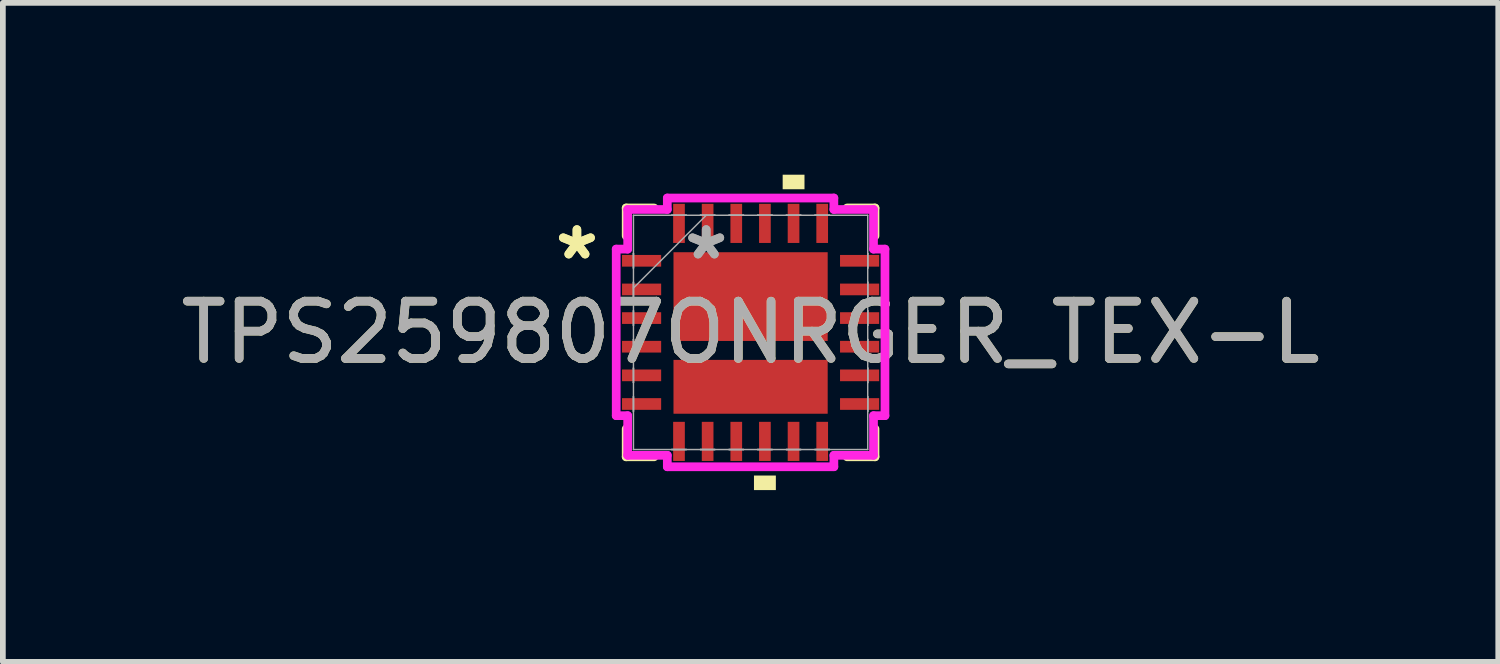
<source format=kicad_pcb>
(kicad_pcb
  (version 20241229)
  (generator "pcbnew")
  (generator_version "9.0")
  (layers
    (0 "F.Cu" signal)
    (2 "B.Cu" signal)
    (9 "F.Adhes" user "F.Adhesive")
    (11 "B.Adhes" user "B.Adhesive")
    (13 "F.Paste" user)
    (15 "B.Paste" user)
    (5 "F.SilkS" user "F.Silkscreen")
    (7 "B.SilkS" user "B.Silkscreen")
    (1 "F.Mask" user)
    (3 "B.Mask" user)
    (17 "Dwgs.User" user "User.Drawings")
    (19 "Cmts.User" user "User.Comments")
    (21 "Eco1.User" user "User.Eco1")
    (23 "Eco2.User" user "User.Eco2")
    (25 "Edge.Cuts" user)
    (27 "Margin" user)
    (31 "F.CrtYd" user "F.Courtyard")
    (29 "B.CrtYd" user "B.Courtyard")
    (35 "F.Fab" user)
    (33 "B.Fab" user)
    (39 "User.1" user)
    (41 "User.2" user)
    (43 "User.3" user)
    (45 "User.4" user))
  (footprint "TPS259807ONRGER_TEX-L"
    (layer "F.Cu")
    (at 10.054 2.753)
    (property "Reference" "TPS259807ONRGER_TEX-L" (at 0 0 0) (unlocked yes) (layer "F.SilkS") (effects (font (size 1 1) (thickness 0.15))))
    (attr smd)
    (fp_line (start -2.172 -2.172) (end -2.172 -1.685) (stroke (width 0.152) (type solid)) (layer "F.SilkS"))
    (fp_line (start -2.172 1.685) (end -2.172 2.172) (stroke (width 0.152) (type solid)) (layer "F.SilkS"))
    (fp_line (start -2.172 2.172) (end -1.685 2.172) (stroke (width 0.152) (type solid)) (layer "F.SilkS"))
    (fp_line (start -1.685 -2.172) (end -2.172 -2.172) (stroke (width 0.152) (type solid)) (layer "F.SilkS"))
    (fp_line (start 1.685 2.172) (end 2.172 2.172) (stroke (width 0.152) (type solid)) (layer "F.SilkS"))
    (fp_line (start 2.172 -2.172) (end 1.685 -2.172) (stroke (width 0.152) (type solid)) (layer "F.SilkS"))
    (fp_line (start 2.172 -1.685) (end 2.172 -2.172) (stroke (width 0.152) (type solid)) (layer "F.SilkS"))
    (fp_line (start 2.172 2.172) (end 2.172 1.685) (stroke (width 0.152) (type solid)) (layer "F.SilkS"))
    (fp_poly (pts (xy 0.059 2.499) (xy 0.059 2.753) (xy 0.441 2.753) (xy 0.441 2.499)) (stroke (width 0) (type solid)) (fill yes) (layer "F.SilkS"))
    (fp_poly (pts (xy 0.56 -2.499) (xy 0.56 -2.753) (xy 0.941 -2.753) (xy 0.941 -2.499)) (stroke (width 0) (type solid)) (fill yes) (layer "F.SilkS"))
    (fp_line (start -2.346 -1.454) (end -2.146 -1.454) (stroke (width 0.152) (type solid)) (layer "F.CrtYd"))
    (fp_line (start -2.346 1.454) (end -2.346 -1.454) (stroke (width 0.152) (type solid)) (layer "F.CrtYd"))
    (fp_line (start -2.146 -2.146) (end -1.454 -2.146) (stroke (width 0.152) (type solid)) (layer "F.CrtYd"))
    (fp_line (start -2.146 -1.454) (end -2.146 -2.146) (stroke (width 0.152) (type solid)) (layer "F.CrtYd"))
    (fp_line (start -2.146 1.454) (end -2.346 1.454) (stroke (width 0.152) (type solid)) (layer "F.CrtYd"))
    (fp_line (start -2.146 2.146) (end -2.146 1.454) (stroke (width 0.152) (type solid)) (layer "F.CrtYd"))
    (fp_line (start -1.454 -2.346) (end 1.454 -2.346) (stroke (width 0.152) (type solid)) (layer "F.CrtYd"))
    (fp_line (start -1.454 -2.146) (end -1.454 -2.346) (stroke (width 0.152) (type solid)) (layer "F.CrtYd"))
    (fp_line (start -1.454 2.146) (end -2.146 2.146) (stroke (width 0.152) (type solid)) (layer "F.CrtYd"))
    (fp_line (start -1.454 2.346) (end -1.454 2.146) (stroke (width 0.152) (type solid)) (layer "F.CrtYd"))
    (fp_line (start 1.454 -2.346) (end 1.454 -2.146) (stroke (width 0.152) (type solid)) (layer "F.CrtYd"))
    (fp_line (start 1.454 -2.146) (end 2.146 -2.146) (stroke (width 0.152) (type solid)) (layer "F.CrtYd"))
    (fp_line (start 1.454 2.146) (end 1.454 2.346) (stroke (width 0.152) (type solid)) (layer "F.CrtYd"))
    (fp_line (start 1.454 2.346) (end -1.454 2.346) (stroke (width 0.152) (type solid)) (layer "F.CrtYd"))
    (fp_line (start 2.146 -2.146) (end 2.146 -1.454) (stroke (width 0.152) (type solid)) (layer "F.CrtYd"))
    (fp_line (start 2.146 -1.454) (end 2.346 -1.454) (stroke (width 0.152) (type solid)) (layer "F.CrtYd"))
    (fp_line (start 2.146 1.454) (end 2.146 2.146) (stroke (width 0.152) (type solid)) (layer "F.CrtYd"))
    (fp_line (start 2.146 2.146) (end 1.454 2.146) (stroke (width 0.152) (type solid)) (layer "F.CrtYd"))
    (fp_line (start 2.346 -1.454) (end 2.346 1.454) (stroke (width 0.152) (type solid)) (layer "F.CrtYd"))
    (fp_line (start 2.346 1.454) (end 2.146 1.454) (stroke (width 0.152) (type solid)) (layer "F.CrtYd"))
    (fp_line (start -2.045 -2.045) (end -2.045 2.045) (stroke (width 0.025) (type solid)) (layer "F.Fab"))
    (fp_line (start -2.045 -1.377) (end -2.045 -1.377) (stroke (width 0.025) (type solid)) (layer "F.Fab"))
    (fp_line (start -2.045 -1.377) (end -2.045 -1.123) (stroke (width 0.025) (type solid)) (layer "F.Fab"))
    (fp_line (start -2.045 -1.123) (end -2.045 -1.377) (stroke (width 0.025) (type solid)) (layer "F.Fab"))
    (fp_line (start -2.045 -1.123) (end -2.045 -1.123) (stroke (width 0.025) (type solid)) (layer "F.Fab"))
    (fp_line (start -2.045 -0.877) (end -2.045 -0.877) (stroke (width 0.025) (type solid)) (layer "F.Fab"))
    (fp_line (start -2.045 -0.877) (end -2.045 -0.623) (stroke (width 0.025) (type solid)) (layer "F.Fab"))
    (fp_line (start -2.045 -0.775) (end -0.775 -2.045) (stroke (width 0.025) (type solid)) (layer "F.Fab"))
    (fp_line (start -2.045 -0.623) (end -2.045 -0.877) (stroke (width 0.025) (type solid)) (layer "F.Fab"))
    (fp_line (start -2.045 -0.623) (end -2.045 -0.623) (stroke (width 0.025) (type solid)) (layer "F.Fab"))
    (fp_line (start -2.045 -0.377) (end -2.045 -0.377) (stroke (width 0.025) (type solid)) (layer "F.Fab"))
    (fp_line (start -2.045 -0.377) (end -2.045 -0.123) (stroke (width 0.025) (type solid)) (layer "F.Fab"))
    (fp_line (start -2.045 -0.123) (end -2.045 -0.377) (stroke (width 0.025) (type solid)) (layer "F.Fab"))
    (fp_line (start -2.045 -0.123) (end -2.045 -0.123) (stroke (width 0.025) (type solid)) (layer "F.Fab"))
    (fp_line (start -2.045 0.123) (end -2.045 0.123) (stroke (width 0.025) (type solid)) (layer "F.Fab"))
    (fp_line (start -2.045 0.123) (end -2.045 0.377) (stroke (width 0.025) (type solid)) (layer "F.Fab"))
    (fp_line (start -2.045 0.377) (end -2.045 0.123) (stroke (width 0.025) (type solid)) (layer "F.Fab"))
    (fp_line (start -2.045 0.377) (end -2.045 0.377) (stroke (width 0.025) (type solid)) (layer "F.Fab"))
    (fp_line (start -2.045 0.623) (end -2.045 0.623) (stroke (width 0.025) (type solid)) (layer "F.Fab"))
    (fp_line (start -2.045 0.623) (end -2.045 0.877) (stroke (width 0.025) (type solid)) (layer "F.Fab"))
    (fp_line (start -2.045 0.877) (end -2.045 0.623) (stroke (width 0.025) (type solid)) (layer "F.Fab"))
    (fp_line (start -2.045 0.877) (end -2.045 0.877) (stroke (width 0.025) (type solid)) (layer "F.Fab"))
    (fp_line (start -2.045 1.123) (end -2.045 1.123) (stroke (width 0.025) (type solid)) (layer "F.Fab"))
    (fp_line (start -2.045 1.123) (end -2.045 1.377) (stroke (width 0.025) (type solid)) (layer "F.Fab"))
    (fp_line (start -2.045 1.377) (end -2.045 1.123) (stroke (width 0.025) (type solid)) (layer "F.Fab"))
    (fp_line (start -2.045 1.377) (end -2.045 1.377) (stroke (width 0.025) (type solid)) (layer "F.Fab"))
    (fp_line (start -2.045 2.045) (end 2.045 2.045) (stroke (width 0.025) (type solid)) (layer "F.Fab"))
    (fp_line (start -1.377 -2.045) (end -1.377 -2.045) (stroke (width 0.025) (type solid)) (layer "F.Fab"))
    (fp_line (start -1.377 -2.045) (end -1.123 -2.045) (stroke (width 0.025) (type solid)) (layer "F.Fab"))
    (fp_line (start -1.377 2.045) (end -1.377 2.045) (stroke (width 0.025) (type solid)) (layer "F.Fab"))
    (fp_line (start -1.377 2.045) (end -1.123 2.045) (stroke (width 0.025) (type solid)) (layer "F.Fab"))
    (fp_line (start -1.123 -2.045) (end -1.377 -2.045) (stroke (width 0.025) (type solid)) (layer "F.Fab"))
    (fp_line (start -1.123 -2.045) (end -1.123 -2.045) (stroke (width 0.025) (type solid)) (layer "F.Fab"))
    (fp_line (start -1.123 2.045) (end -1.377 2.045) (stroke (width 0.025) (type solid)) (layer "F.Fab"))
    (fp_line (start -1.123 2.045) (end -1.123 2.045) (stroke (width 0.025) (type solid)) (layer "F.Fab"))
    (fp_line (start -0.877 -2.045) (end -0.877 -2.045) (stroke (width 0.025) (type solid)) (layer "F.Fab"))
    (fp_line (start -0.877 -2.045) (end -0.623 -2.045) (stroke (width 0.025) (type solid)) (layer "F.Fab"))
    (fp_line (start -0.877 2.045) (end -0.877 2.045) (stroke (width 0.025) (type solid)) (layer "F.Fab"))
    (fp_line (start -0.877 2.045) (end -0.623 2.045) (stroke (width 0.025) (type solid)) (layer "F.Fab"))
    (fp_line (start -0.623 -2.045) (end -0.877 -2.045) (stroke (width 0.025) (type solid)) (layer "F.Fab"))
    (fp_line (start -0.623 -2.045) (end -0.623 -2.045) (stroke (width 0.025) (type solid)) (layer "F.Fab"))
    (fp_line (start -0.623 2.045) (end -0.877 2.045) (stroke (width 0.025) (type solid)) (layer "F.Fab"))
    (fp_line (start -0.623 2.045) (end -0.623 2.045) (stroke (width 0.025) (type solid)) (layer "F.Fab"))
    (fp_line (start -0.377 -2.045) (end -0.377 -2.045) (stroke (width 0.025) (type solid)) (layer "F.Fab"))
    (fp_line (start -0.377 -2.045) (end -0.123 -2.045) (stroke (width 0.025) (type solid)) (layer "F.Fab"))
    (fp_line (start -0.377 2.045) (end -0.377 2.045) (stroke (width 0.025) (type solid)) (layer "F.Fab"))
    (fp_line (start -0.377 2.045) (end -0.123 2.045) (stroke (width 0.025) (type solid)) (layer "F.Fab"))
    (fp_line (start -0.123 -2.045) (end -0.377 -2.045) (stroke (width 0.025) (type solid)) (layer "F.Fab"))
    (fp_line (start -0.123 -2.045) (end -0.123 -2.045) (stroke (width 0.025) (type solid)) (layer "F.Fab"))
    (fp_line (start -0.123 2.045) (end -0.377 2.045) (stroke (width 0.025) (type solid)) (layer "F.Fab"))
    (fp_line (start -0.123 2.045) (end -0.123 2.045) (stroke (width 0.025) (type solid)) (layer "F.Fab"))
    (fp_line (start 0.123 -2.045) (end 0.123 -2.045) (stroke (width 0.025) (type solid)) (layer "F.Fab"))
    (fp_line (start 0.123 -2.045) (end 0.377 -2.045) (stroke (width 0.025) (type solid)) (layer "F.Fab"))
    (fp_line (start 0.123 2.045) (end 0.123 2.045) (stroke (width 0.025) (type solid)) (layer "F.Fab"))
    (fp_line (start 0.123 2.045) (end 0.377 2.045) (stroke (width 0.025) (type solid)) (layer "F.Fab"))
    (fp_line (start 0.377 -2.045) (end 0.123 -2.045) (stroke (width 0.025) (type solid)) (layer "F.Fab"))
    (fp_line (start 0.377 -2.045) (end 0.377 -2.045) (stroke (width 0.025) (type solid)) (layer "F.Fab"))
    (fp_line (start 0.377 2.045) (end 0.123 2.045) (stroke (width 0.025) (type solid)) (layer "F.Fab"))
    (fp_line (start 0.377 2.045) (end 0.377 2.045) (stroke (width 0.025) (type solid)) (layer "F.Fab"))
    (fp_line (start 0.623 -2.045) (end 0.623 -2.045) (stroke (width 0.025) (type solid)) (layer "F.Fab"))
    (fp_line (start 0.623 -2.045) (end 0.877 -2.045) (stroke (width 0.025) (type solid)) (layer "F.Fab"))
    (fp_line (start 0.623 2.045) (end 0.623 2.045) (stroke (width 0.025) (type solid)) (layer "F.Fab"))
    (fp_line (start 0.623 2.045) (end 0.877 2.045) (stroke (width 0.025) (type solid)) (layer "F.Fab"))
    (fp_line (start 0.877 -2.045) (end 0.623 -2.045) (stroke (width 0.025) (type solid)) (layer "F.Fab"))
    (fp_line (start 0.877 -2.045) (end 0.877 -2.045) (stroke (width 0.025) (type solid)) (layer "F.Fab"))
    (fp_line (start 0.877 2.045) (end 0.623 2.045) (stroke (width 0.025) (type solid)) (layer "F.Fab"))
    (fp_line (start 0.877 2.045) (end 0.877 2.045) (stroke (width 0.025) (type solid)) (layer "F.Fab"))
    (fp_line (start 1.123 -2.045) (end 1.123 -2.045) (stroke (width 0.025) (type solid)) (layer "F.Fab"))
    (fp_line (start 1.123 -2.045) (end 1.377 -2.045) (stroke (width 0.025) (type solid)) (layer "F.Fab"))
    (fp_line (start 1.123 2.045) (end 1.123 2.045) (stroke (width 0.025) (type solid)) (layer "F.Fab"))
    (fp_line (start 1.123 2.045) (end 1.377 2.045) (stroke (width 0.025) (type solid)) (layer "F.Fab"))
    (fp_line (start 1.377 -2.045) (end 1.123 -2.045) (stroke (width 0.025) (type solid)) (layer "F.Fab"))
    (fp_line (start 1.377 -2.045) (end 1.377 -2.045) (stroke (width 0.025) (type solid)) (layer "F.Fab"))
    (fp_line (start 1.377 2.045) (end 1.123 2.045) (stroke (width 0.025) (type solid)) (layer "F.Fab"))
    (fp_line (start 1.377 2.045) (end 1.377 2.045) (stroke (width 0.025) (type solid)) (layer "F.Fab"))
    (fp_line (start 2.045 -2.045) (end -2.045 -2.045) (stroke (width 0.025) (type solid)) (layer "F.Fab"))
    (fp_line (start 2.045 -1.377) (end 2.045 -1.377) (stroke (width 0.025) (type solid)) (layer "F.Fab"))
    (fp_line (start 2.045 -1.377) (end 2.045 -1.123) (stroke (width 0.025) (type solid)) (layer "F.Fab"))
    (fp_line (start 2.045 -1.123) (end 2.045 -1.377) (stroke (width 0.025) (type solid)) (layer "F.Fab"))
    (fp_line (start 2.045 -1.123) (end 2.045 -1.123) (stroke (width 0.025) (type solid)) (layer "F.Fab"))
    (fp_line (start 2.045 -0.877) (end 2.045 -0.877) (stroke (width 0.025) (type solid)) (layer "F.Fab"))
    (fp_line (start 2.045 -0.877) (end 2.045 -0.623) (stroke (width 0.025) (type solid)) (layer "F.Fab"))
    (fp_line (start 2.045 -0.623) (end 2.045 -0.877) (stroke (width 0.025) (type solid)) (layer "F.Fab"))
    (fp_line (start 2.045 -0.623) (end 2.045 -0.623) (stroke (width 0.025) (type solid)) (layer "F.Fab"))
    (fp_line (start 2.045 -0.377) (end 2.045 -0.377) (stroke (width 0.025) (type solid)) (layer "F.Fab"))
    (fp_line (start 2.045 -0.377) (end 2.045 -0.123) (stroke (width 0.025) (type solid)) (layer "F.Fab"))
    (fp_line (start 2.045 -0.123) (end 2.045 -0.377) (stroke (width 0.025) (type solid)) (layer "F.Fab"))
    (fp_line (start 2.045 -0.123) (end 2.045 -0.123) (stroke (width 0.025) (type solid)) (layer "F.Fab"))
    (fp_line (start 2.045 0.123) (end 2.045 0.123) (stroke (width 0.025) (type solid)) (layer "F.Fab"))
    (fp_line (start 2.045 0.123) (end 2.045 0.377) (stroke (width 0.025) (type solid)) (layer "F.Fab"))
    (fp_line (start 2.045 0.377) (end 2.045 0.123) (stroke (width 0.025) (type solid)) (layer "F.Fab"))
    (fp_line (start 2.045 0.377) (end 2.045 0.377) (stroke (width 0.025) (type solid)) (layer "F.Fab"))
    (fp_line (start 2.045 0.623) (end 2.045 0.623) (stroke (width 0.025) (type solid)) (layer "F.Fab"))
    (fp_line (start 2.045 0.623) (end 2.045 0.877) (stroke (width 0.025) (type solid)) (layer "F.Fab"))
    (fp_line (start 2.045 0.877) (end 2.045 0.623) (stroke (width 0.025) (type solid)) (layer "F.Fab"))
    (fp_line (start 2.045 0.877) (end 2.045 0.877) (stroke (width 0.025) (type solid)) (layer "F.Fab"))
    (fp_line (start 2.045 1.123) (end 2.045 1.123) (stroke (width 0.025) (type solid)) (layer "F.Fab"))
    (fp_line (start 2.045 1.123) (end 2.045 1.377) (stroke (width 0.025) (type solid)) (layer "F.Fab"))
    (fp_line (start 2.045 1.377) (end 2.045 1.123) (stroke (width 0.025) (type solid)) (layer "F.Fab"))
    (fp_line (start 2.045 1.377) (end 2.045 1.377) (stroke (width 0.025) (type solid)) (layer "F.Fab"))
    (fp_line (start 2.045 2.045) (end 2.045 -2.045) (stroke (width 0.025) (type solid)) (layer "F.Fab"))
    (fp_text user "*" (at -3.032 -1.25 0) (layer "F.SilkS") (effects (font (size 1 1) (thickness 0.15))))
    (fp_text user "*" (at -3.032 -1.25 0) (unlocked yes) (layer "F.SilkS") (effects (font (size 1 1) (thickness 0.15))))
    (fp_text user "*" (at -0.775 -1.25 0) (layer "F.Fab") (effects (font (size 1 1) (thickness 0.15))))
    (fp_text user "${REFERENCE}" (at 0 0 0) (unlocked yes) (layer "F.Fab") (effects (font (size 1 1) (thickness 0.15))))
    (fp_text user "*" (at -0.775 -1.25 0) (unlocked yes) (layer "F.Fab") (effects (font (size 1 1) (thickness 0.15))))
    (pad "1" smd rect (at -1.903 -1.25 90) (size 0.204 0.683) (layers "F.Cu" "F.Mask" "F.Paste"))
    (pad "2" smd rect (at -1.903 -0.75 90) (size 0.204 0.683) (layers "F.Cu" "F.Mask" "F.Paste"))
    (pad "3" smd rect (at -1.903 -0.25 90) (size 0.204 0.683) (layers "F.Cu" "F.Mask" "F.Paste"))
    (pad "4" smd rect (at -1.903 0.25 90) (size 0.204 0.683) (layers "F.Cu" "F.Mask" "F.Paste"))
    (pad "5" smd rect (at -1.903 0.75 90) (size 0.204 0.683) (layers "F.Cu" "F.Mask" "F.Paste"))
    (pad "6" smd rect (at -1.903 1.25 90) (size 0.204 0.683) (layers "F.Cu" "F.Mask" "F.Paste"))
    (pad "7" smd rect (at -1.25 1.903) (size 0.204 0.683) (layers "F.Cu" "F.Mask" "F.Paste"))
    (pad "8" smd rect (at -0.75 1.903) (size 0.204 0.683) (layers "F.Cu" "F.Mask" "F.Paste"))
    (pad "9" smd rect (at -0.25 1.903) (size 0.204 0.683) (layers "F.Cu" "F.Mask" "F.Paste"))
    (pad "10" smd rect (at 0.25 1.903) (size 0.204 0.683) (layers "F.Cu" "F.Mask" "F.Paste"))
    (pad "11" smd rect (at 0.75 1.903) (size 0.204 0.683) (layers "F.Cu" "F.Mask" "F.Paste"))
    (pad "12" smd rect (at 1.25 1.903) (size 0.204 0.683) (layers "F.Cu" "F.Mask" "F.Paste"))
    (pad "13" smd rect (at 1.903 1.25 90) (size 0.204 0.683) (layers "F.Cu" "F.Mask" "F.Paste"))
    (pad "14" smd rect (at 1.903 0.75 90) (size 0.204 0.683) (layers "F.Cu" "F.Mask" "F.Paste"))
    (pad "15" smd rect (at 1.903 0.25 90) (size 0.204 0.683) (layers "F.Cu" "F.Mask" "F.Paste"))
    (pad "16" smd rect (at 1.903 -0.25 90) (size 0.204 0.683) (layers "F.Cu" "F.Mask" "F.Paste"))
    (pad "17" smd rect (at 1.903 -0.75 90) (size 0.204 0.683) (layers "F.Cu" "F.Mask" "F.Paste"))
    (pad "18" smd rect (at 1.903 -1.25 90) (size 0.204 0.683) (layers "F.Cu" "F.Mask" "F.Paste"))
    (pad "19" smd rect (at 1.25 -1.903) (size 0.204 0.683) (layers "F.Cu" "F.Mask" "F.Paste"))
    (pad "20" smd rect (at 0.75 -1.903) (size 0.204 0.683) (layers "F.Cu" "F.Mask" "F.Paste"))
    (pad "21" smd rect (at 0.25 -1.903) (size 0.204 0.683) (layers "F.Cu" "F.Mask" "F.Paste"))
    (pad "22" smd rect (at -0.25 -1.903) (size 0.204 0.683) (layers "F.Cu" "F.Mask" "F.Paste"))
    (pad "23" smd rect (at -0.75 -1.903) (size 0.204 0.683) (layers "F.Cu" "F.Mask" "F.Paste"))
    (pad "24" smd rect (at -1.25 -1.903) (size 0.204 0.683) (layers "F.Cu" "F.Mask" "F.Paste"))
    (pad "25" smd rect (at 0 -0.625) (size 2.692 1.549) (layers "F.Cu" "F.Mask" "F.Paste"))
    (pad "26" smd rect (at 0 0.95) (size 2.692 0.94) (layers "F.Cu" "F.Mask" "F.Paste")))
  (gr_rect
    (start -3 -3)
    (end 23.107 8.505)
    (stroke (width 0.1) (type default))
    (fill no)
    (layer "Edge.Cuts")))
</source>
